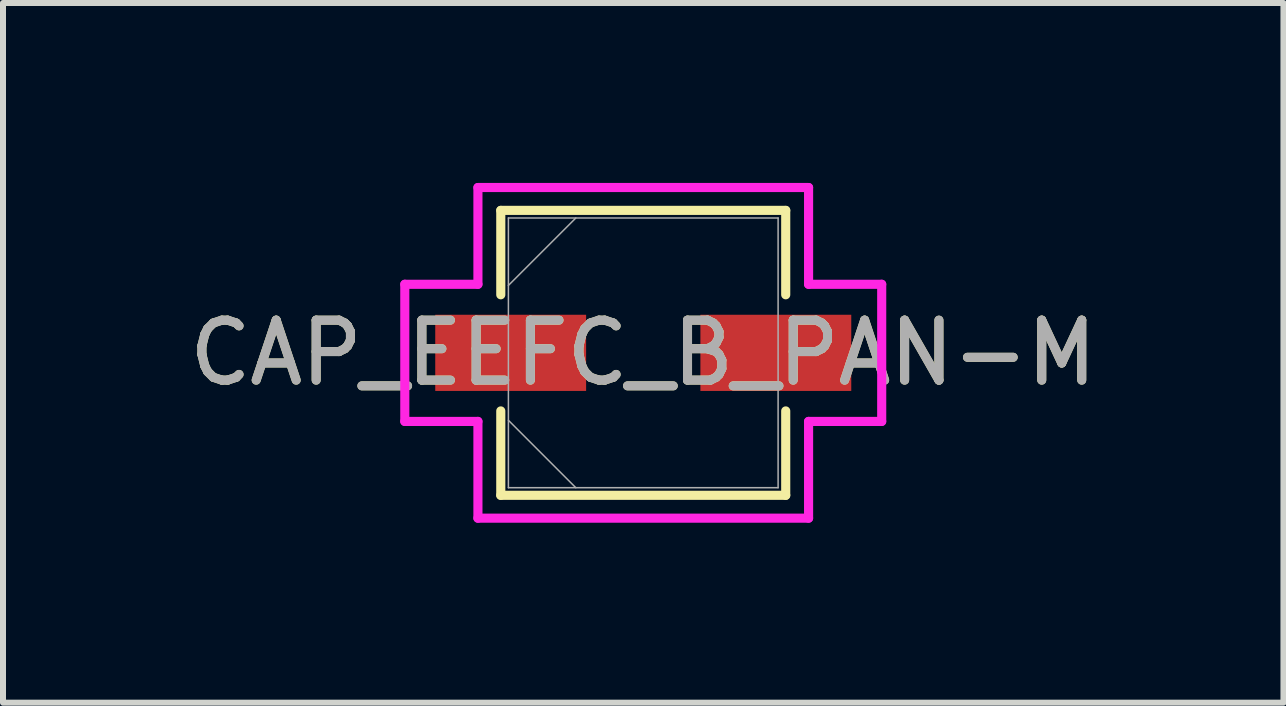
<source format=kicad_pcb>
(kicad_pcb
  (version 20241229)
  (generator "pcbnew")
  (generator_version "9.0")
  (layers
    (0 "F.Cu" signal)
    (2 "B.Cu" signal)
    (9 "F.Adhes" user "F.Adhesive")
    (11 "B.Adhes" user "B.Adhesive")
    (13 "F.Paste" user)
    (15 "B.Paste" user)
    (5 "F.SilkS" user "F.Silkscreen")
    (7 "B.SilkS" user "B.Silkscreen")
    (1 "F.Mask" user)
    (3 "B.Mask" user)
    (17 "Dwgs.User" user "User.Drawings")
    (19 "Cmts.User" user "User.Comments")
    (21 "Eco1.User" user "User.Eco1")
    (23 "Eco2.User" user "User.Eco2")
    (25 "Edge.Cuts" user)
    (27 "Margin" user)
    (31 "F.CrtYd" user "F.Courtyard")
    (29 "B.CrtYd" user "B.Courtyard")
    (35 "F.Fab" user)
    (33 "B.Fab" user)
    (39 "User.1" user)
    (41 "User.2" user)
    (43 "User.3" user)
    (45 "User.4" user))
  (footprint "CAP_EEFC_B_PAN-M"
    (layer "F.Cu")
    (at 7.673 2.832)
    (property "Reference" "CAP_EEFC_B_PAN-M" (at 0 0 0) (unlocked yes) (layer "F.SilkS") (effects (font (size 1 1) (thickness 0.15))))
    (attr smd)
    (fp_line (start -2.375 -2.375) (end -2.375 -0.968) (stroke (width 0.152) (type solid)) (layer "F.SilkS"))
    (fp_line (start -2.375 0.968) (end -2.375 2.375) (stroke (width 0.152) (type solid)) (layer "F.SilkS"))
    (fp_line (start -2.375 2.375) (end 2.375 2.375) (stroke (width 0.152) (type solid)) (layer "F.SilkS"))
    (fp_line (start 2.375 -2.375) (end -2.375 -2.375) (stroke (width 0.152) (type solid)) (layer "F.SilkS"))
    (fp_line (start 2.375 -0.968) (end 2.375 -2.375) (stroke (width 0.152) (type solid)) (layer "F.SilkS"))
    (fp_line (start 2.375 2.375) (end 2.375 0.968) (stroke (width 0.152) (type solid)) (layer "F.SilkS"))
    (fp_line (start -3.975 -1.143) (end -2.756 -1.143) (stroke (width 0.152) (type solid)) (layer "F.CrtYd"))
    (fp_line (start -3.975 1.143) (end -3.975 -1.143) (stroke (width 0.152) (type solid)) (layer "F.CrtYd"))
    (fp_line (start -2.756 -2.756) (end 2.756 -2.756) (stroke (width 0.152) (type solid)) (layer "F.CrtYd"))
    (fp_line (start -2.756 -1.143) (end -2.756 -2.756) (stroke (width 0.152) (type solid)) (layer "F.CrtYd"))
    (fp_line (start -2.756 1.143) (end -3.975 1.143) (stroke (width 0.152) (type solid)) (layer "F.CrtYd"))
    (fp_line (start -2.756 2.756) (end -2.756 1.143) (stroke (width 0.152) (type solid)) (layer "F.CrtYd"))
    (fp_line (start 2.756 -2.756) (end 2.756 -1.143) (stroke (width 0.152) (type solid)) (layer "F.CrtYd"))
    (fp_line (start 2.756 -1.143) (end 3.975 -1.143) (stroke (width 0.152) (type solid)) (layer "F.CrtYd"))
    (fp_line (start 2.756 1.143) (end 2.756 2.756) (stroke (width 0.152) (type solid)) (layer "F.CrtYd"))
    (fp_line (start 2.756 2.756) (end -2.756 2.756) (stroke (width 0.152) (type solid)) (layer "F.CrtYd"))
    (fp_line (start 3.975 -1.143) (end 3.975 1.143) (stroke (width 0.152) (type solid)) (layer "F.CrtYd"))
    (fp_line (start 3.975 1.143) (end 2.756 1.143) (stroke (width 0.152) (type solid)) (layer "F.CrtYd"))
    (fp_line (start -2.248 -2.248) (end -2.248 2.248) (stroke (width 0.025) (type solid)) (layer "F.Fab"))
    (fp_line (start -2.248 -1.124) (end -1.124 -2.248) (stroke (width 0.025) (type solid)) (layer "F.Fab"))
    (fp_line (start -2.248 1.124) (end -1.124 2.248) (stroke (width 0.025) (type solid)) (layer "F.Fab"))
    (fp_line (start -2.248 2.248) (end 2.248 2.248) (stroke (width 0.025) (type solid)) (layer "F.Fab"))
    (fp_line (start 2.248 -2.248) (end -2.248 -2.248) (stroke (width 0.025) (type solid)) (layer "F.Fab"))
    (fp_line (start 2.248 2.248) (end 2.248 -2.248) (stroke (width 0.025) (type solid)) (layer "F.Fab"))
    (fp_text user "${REFERENCE}" (at 0 0 0) (unlocked yes) (layer "F.Fab") (effects (font (size 1 1) (thickness 0.15))))
    (pad "1" smd rect (at -2.21 0) (size 2.515 1.27) (layers "F.Cu" "F.Mask" "F.Paste"))
    (pad "2" smd rect (at 2.21 0) (size 2.515 1.27) (layers "F.Cu" "F.Mask" "F.Paste"))
    (zone (net_name "") (layer "F.Cu") (hatch full 0.508) (connect_pads) (min_thickness 0.254) (filled_areas_thickness no) (keepout (tracks not_allowed) (vias not_allowed) (pads allowed) (copperpour not_allowed) (footprints allowed)) (placement (enabled no)) (fill) (polygon (pts (xy 5.476 0.635) (xy 9.87 0.635) (xy 9.87 2.146) (xy 5.476 2.146))))
    (zone (net_name "") (layer "F.Cu") (hatch full 0.508) (connect_pads) (min_thickness 0.254) (filled_areas_thickness no) (keepout (tracks not_allowed) (vias not_allowed) (pads allowed) (copperpour not_allowed) (footprints allowed)) (placement (enabled no)) (fill) (polygon (pts (xy 5.476 3.518) (xy 9.87 3.518) (xy 9.87 5.029) (xy 5.476 5.029))))
    (zone (net_name "") (layer "F.Cu") (hatch full 0.508) (connect_pads) (min_thickness 0.254) (filled_areas_thickness no) (keepout (tracks not_allowed) (vias not_allowed) (pads allowed) (copperpour not_allowed) (footprints allowed)) (placement (enabled no)) (fill) (polygon (pts (xy 6.771 2.146) (xy 8.574 2.146) (xy 8.574 3.518) (xy 6.771 3.518)))))
  (gr_rect
    (start -3 -3)
    (end 18.345 8.664)
    (stroke (width 0.1) (type default))
    (fill no)
    (layer "Edge.Cuts")))
</source>
